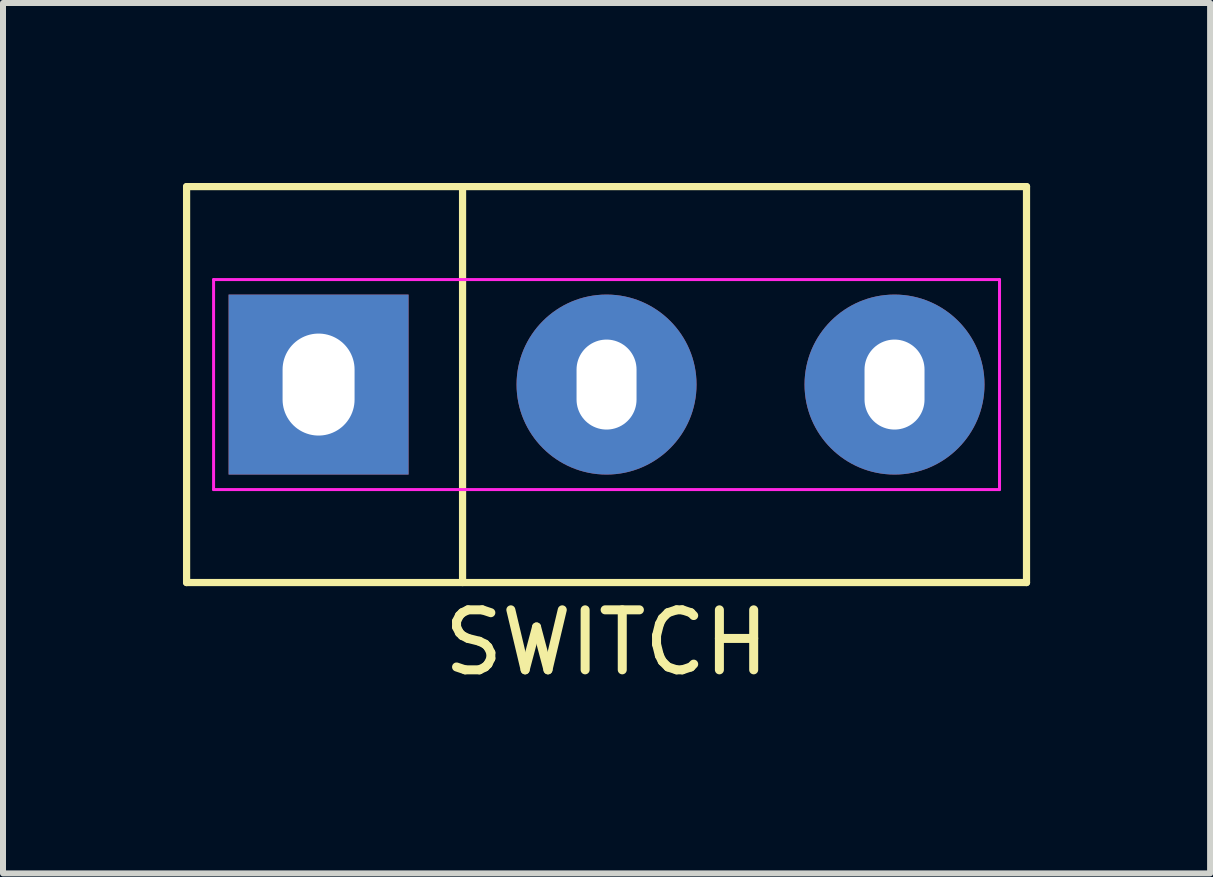
<source format=kicad_pcb>
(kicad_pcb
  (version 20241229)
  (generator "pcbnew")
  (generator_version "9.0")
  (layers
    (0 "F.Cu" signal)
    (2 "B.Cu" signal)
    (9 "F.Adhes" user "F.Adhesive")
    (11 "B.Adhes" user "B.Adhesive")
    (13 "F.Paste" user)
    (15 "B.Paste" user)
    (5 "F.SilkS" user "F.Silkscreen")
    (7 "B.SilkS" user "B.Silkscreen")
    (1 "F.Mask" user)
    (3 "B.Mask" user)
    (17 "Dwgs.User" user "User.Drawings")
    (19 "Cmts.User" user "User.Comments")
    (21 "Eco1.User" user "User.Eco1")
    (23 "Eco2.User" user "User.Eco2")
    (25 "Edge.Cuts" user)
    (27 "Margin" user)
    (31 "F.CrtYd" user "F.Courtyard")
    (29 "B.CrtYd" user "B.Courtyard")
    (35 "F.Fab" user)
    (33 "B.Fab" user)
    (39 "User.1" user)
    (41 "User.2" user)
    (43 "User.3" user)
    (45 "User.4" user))
  (footprint "SWITCH"
    (layer "F.Cu")
    (at 7.06 3.36)
    (property "Reference" "SWITCH" (at 0 4.3 0) (layer "F.SilkS") (effects (font (size 1 1) (thickness 0.15))))
    (attr through_hole)
    (fp_line (start -7 -3.3) (end 7 -3.3) (stroke (width 0.12) (type default)) (layer "F.SilkS"))
    (fp_line (start -7 3.3) (end -7 -3.3) (stroke (width 0.12) (type default)) (layer "F.SilkS"))
    (fp_line (start -2.4 -3.3) (end -2.4 3.3) (stroke (width 0.12) (type default)) (layer "F.SilkS"))
    (fp_line (start 7 -3.3) (end 7 3.3) (stroke (width 0.12) (type default)) (layer "F.SilkS"))
    (fp_line (start 7 3.3) (end -7 3.3) (stroke (width 0.12) (type default)) (layer "F.SilkS"))
    (fp_line (start -6.55 -1.75) (end 6.55 -1.75) (stroke (width 0.05) (type default)) (layer "F.CrtYd"))
    (fp_line (start -6.55 1.75) (end -6.55 -1.75) (stroke (width 0.05) (type default)) (layer "F.CrtYd"))
    (fp_line (start 6.55 -1.75) (end 6.55 1.75) (stroke (width 0.05) (type default)) (layer "F.CrtYd"))
    (fp_line (start 6.55 1.75) (end -6.55 1.75) (stroke (width 0.05) (type default)) (layer "F.CrtYd"))
    (pad "1" thru_hole rect (at -4.8 0) (size 3 3) (drill oval 1.2 1.7) (layers "*.Cu" "*.Mask"))
    (pad "2" thru_hole circle (at 0 0) (size 3 3) (drill oval 1 1.5) (layers "*.Cu" "*.Mask"))
    (pad "3" thru_hole circle (at 4.8 0) (size 3 3) (drill oval 1 1.5) (layers "*.Cu" "*.Mask")))
  (gr_rect
    (start -3 -3)
    (end 17.12 11.508)
    (stroke (width 0.1) (type default))
    (fill no)
    (layer "Edge.Cuts")))
</source>
